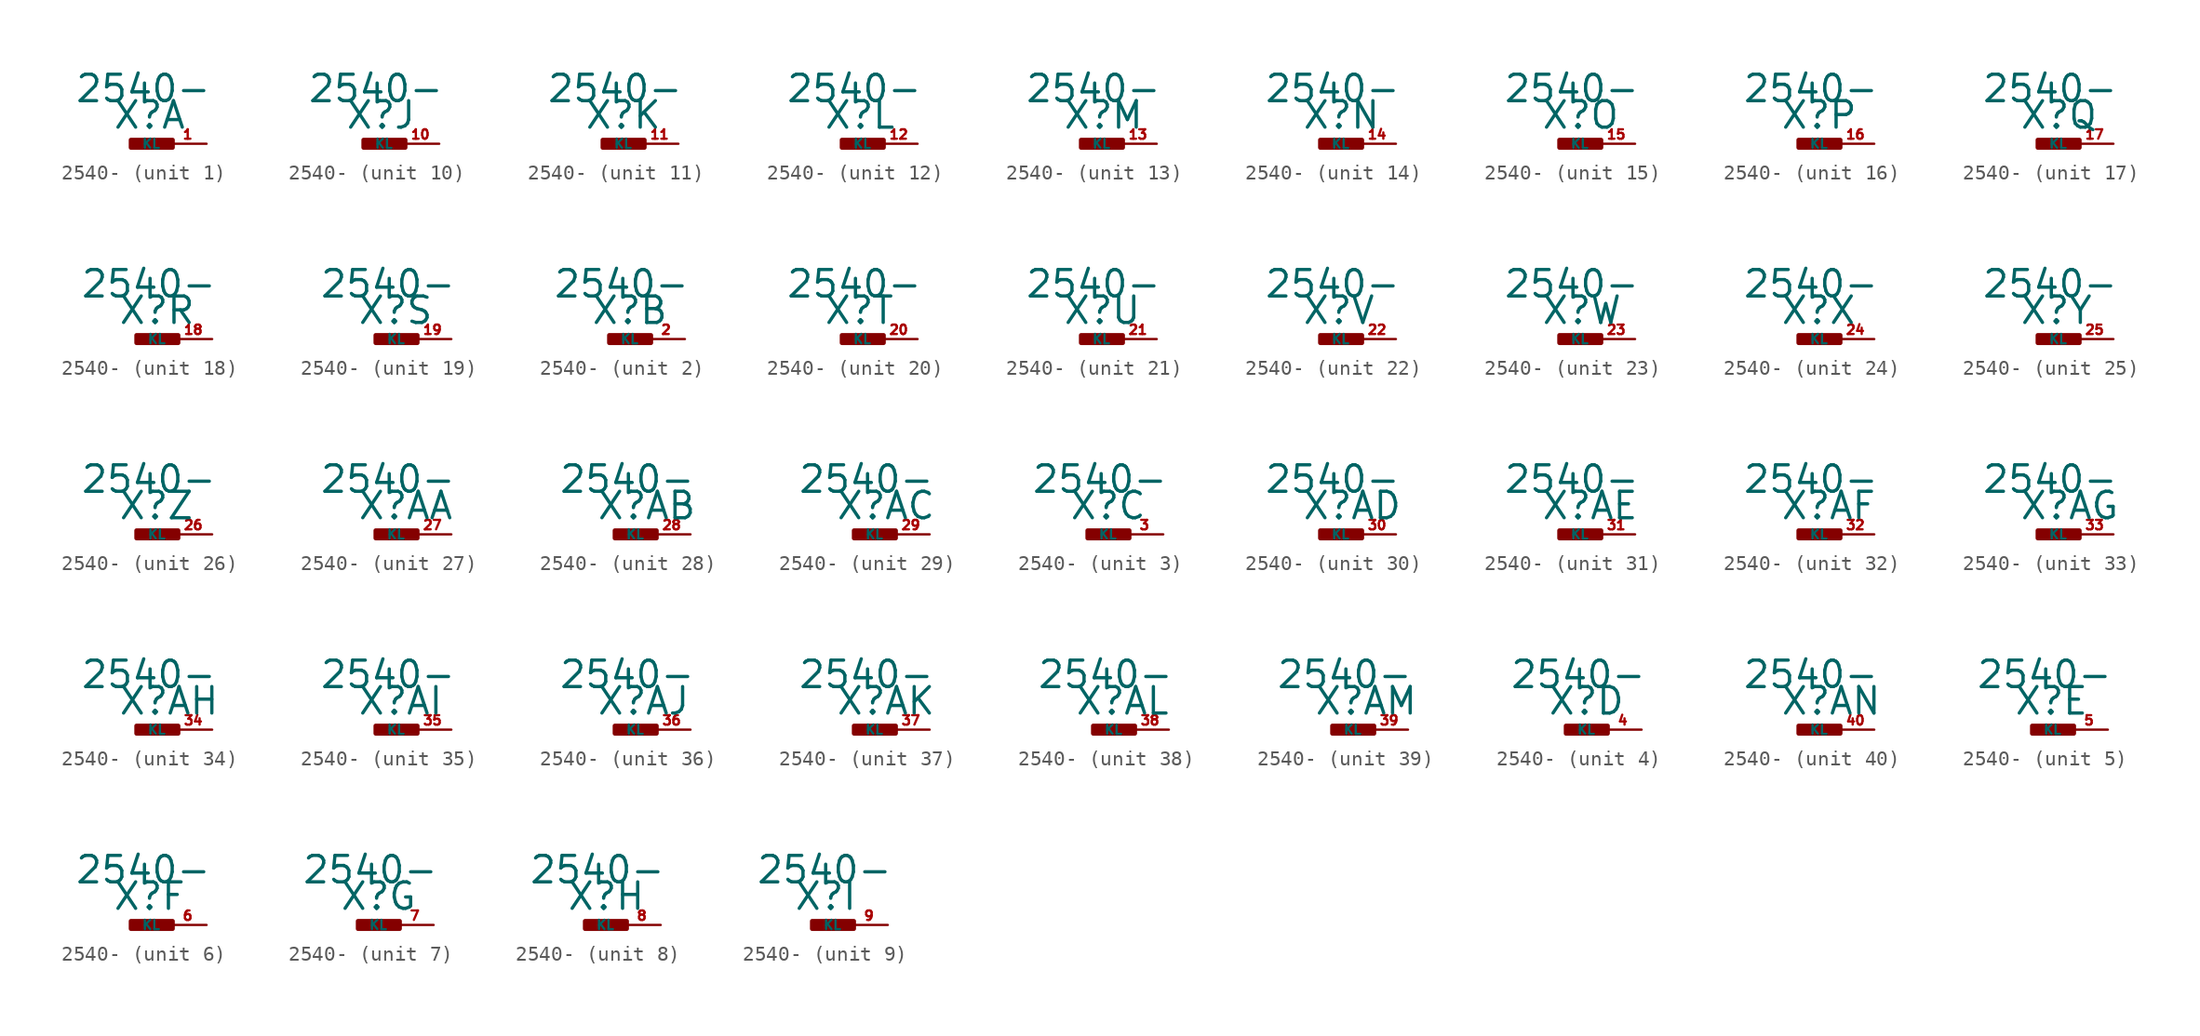
<source format=kicad_sym>
(kicad_symbol_lib
  (version 20220914)
  (generator Eagle2Kicad)
  (symbol "2540-"
    (property "Reference" "X"
      (at -1.27 0.889 0)
      (effects (font (size 1.778 1.778) (thickness 0.22)) (justify left bottom)))
    (property "Value" "2540-"
      (at -3.81 2.667 0)
      (effects (font (size 1.778 1.778) (thickness 0.22)) (justify left bottom)))
    (symbol "2540-_1_0"
      (rectangle (start 0 -0.254) (end 2.794 0.254) (stroke (width 0.3) (type default)) (fill (type outline)))
      (pin passive line (at 5.08 0 180) (length 2.54) (name "KL" (effects (font (size 0.635 0.635) (thickness 0.08)) (justify left bottom))) (number "1" (effects (font (size 0.635 0.635) (thickness 0.08)) (justify left bottom)))))
    (symbol "2540-_2_0"
      (rectangle (start 0 -0.254) (end 2.794 0.254) (stroke (width 0.3) (type default)) (fill (type outline)))
      (pin passive line (at 5.08 0 180) (length 2.54) (name "KL" (effects (font (size 0.635 0.635) (thickness 0.08)) (justify left bottom))) (number "2" (effects (font (size 0.635 0.635) (thickness 0.08)) (justify left bottom)))))
    (symbol "2540-_3_0"
      (rectangle (start 0 -0.254) (end 2.794 0.254) (stroke (width 0.3) (type default)) (fill (type outline)))
      (pin passive line (at 5.08 0 180) (length 2.54) (name "KL" (effects (font (size 0.635 0.635) (thickness 0.08)) (justify left bottom))) (number "3" (effects (font (size 0.635 0.635) (thickness 0.08)) (justify left bottom)))))
    (symbol "2540-_4_0"
      (rectangle (start 0 -0.254) (end 2.794 0.254) (stroke (width 0.3) (type default)) (fill (type outline)))
      (pin passive line (at 5.08 0 180) (length 2.54) (name "KL" (effects (font (size 0.635 0.635) (thickness 0.08)) (justify left bottom))) (number "4" (effects (font (size 0.635 0.635) (thickness 0.08)) (justify left bottom)))))
    (symbol "2540-_5_0"
      (rectangle (start 0 -0.254) (end 2.794 0.254) (stroke (width 0.3) (type default)) (fill (type outline)))
      (pin passive line (at 5.08 0 180) (length 2.54) (name "KL" (effects (font (size 0.635 0.635) (thickness 0.08)) (justify left bottom))) (number "5" (effects (font (size 0.635 0.635) (thickness 0.08)) (justify left bottom)))))
    (symbol "2540-_6_0"
      (rectangle (start 0 -0.254) (end 2.794 0.254) (stroke (width 0.3) (type default)) (fill (type outline)))
      (pin passive line (at 5.08 0 180) (length 2.54) (name "KL" (effects (font (size 0.635 0.635) (thickness 0.08)) (justify left bottom))) (number "6" (effects (font (size 0.635 0.635) (thickness 0.08)) (justify left bottom)))))
    (symbol "2540-_7_0"
      (rectangle (start 0 -0.254) (end 2.794 0.254) (stroke (width 0.3) (type default)) (fill (type outline)))
      (pin passive line (at 5.08 0 180) (length 2.54) (name "KL" (effects (font (size 0.635 0.635) (thickness 0.08)) (justify left bottom))) (number "7" (effects (font (size 0.635 0.635) (thickness 0.08)) (justify left bottom)))))
    (symbol "2540-_8_0"
      (rectangle (start 0 -0.254) (end 2.794 0.254) (stroke (width 0.3) (type default)) (fill (type outline)))
      (pin passive line (at 5.08 0 180) (length 2.54) (name "KL" (effects (font (size 0.635 0.635) (thickness 0.08)) (justify left bottom))) (number "8" (effects (font (size 0.635 0.635) (thickness 0.08)) (justify left bottom)))))
    (symbol "2540-_9_0"
      (rectangle (start 0 -0.254) (end 2.794 0.254) (stroke (width 0.3) (type default)) (fill (type outline)))
      (pin passive line (at 5.08 0 180) (length 2.54) (name "KL" (effects (font (size 0.635 0.635) (thickness 0.08)) (justify left bottom))) (number "9" (effects (font (size 0.635 0.635) (thickness 0.08)) (justify left bottom)))))
    (symbol "2540-_10_0"
      (rectangle (start 0 -0.254) (end 2.794 0.254) (stroke (width 0.3) (type default)) (fill (type outline)))
      (pin passive line (at 5.08 0 180) (length 2.54) (name "KL" (effects (font (size 0.635 0.635) (thickness 0.08)) (justify left bottom))) (number "10" (effects (font (size 0.635 0.635) (thickness 0.08)) (justify left bottom)))))
    (symbol "2540-_11_0"
      (rectangle (start 0 -0.254) (end 2.794 0.254) (stroke (width 0.3) (type default)) (fill (type outline)))
      (pin passive line (at 5.08 0 180) (length 2.54) (name "KL" (effects (font (size 0.635 0.635) (thickness 0.08)) (justify left bottom))) (number "11" (effects (font (size 0.635 0.635) (thickness 0.08)) (justify left bottom)))))
    (symbol "2540-_12_0"
      (rectangle (start 0 -0.254) (end 2.794 0.254) (stroke (width 0.3) (type default)) (fill (type outline)))
      (pin passive line (at 5.08 0 180) (length 2.54) (name "KL" (effects (font (size 0.635 0.635) (thickness 0.08)) (justify left bottom))) (number "12" (effects (font (size 0.635 0.635) (thickness 0.08)) (justify left bottom)))))
    (symbol "2540-_13_0"
      (rectangle (start 0 -0.254) (end 2.794 0.254) (stroke (width 0.3) (type default)) (fill (type outline)))
      (pin passive line (at 5.08 0 180) (length 2.54) (name "KL" (effects (font (size 0.635 0.635) (thickness 0.08)) (justify left bottom))) (number "13" (effects (font (size 0.635 0.635) (thickness 0.08)) (justify left bottom)))))
    (symbol "2540-_14_0"
      (rectangle (start 0 -0.254) (end 2.794 0.254) (stroke (width 0.3) (type default)) (fill (type outline)))
      (pin passive line (at 5.08 0 180) (length 2.54) (name "KL" (effects (font (size 0.635 0.635) (thickness 0.08)) (justify left bottom))) (number "14" (effects (font (size 0.635 0.635) (thickness 0.08)) (justify left bottom)))))
    (symbol "2540-_15_0"
      (rectangle (start 0 -0.254) (end 2.794 0.254) (stroke (width 0.3) (type default)) (fill (type outline)))
      (pin passive line (at 5.08 0 180) (length 2.54) (name "KL" (effects (font (size 0.635 0.635) (thickness 0.08)) (justify left bottom))) (number "15" (effects (font (size 0.635 0.635) (thickness 0.08)) (justify left bottom)))))
    (symbol "2540-_16_0"
      (rectangle (start 0 -0.254) (end 2.794 0.254) (stroke (width 0.3) (type default)) (fill (type outline)))
      (pin passive line (at 5.08 0 180) (length 2.54) (name "KL" (effects (font (size 0.635 0.635) (thickness 0.08)) (justify left bottom))) (number "16" (effects (font (size 0.635 0.635) (thickness 0.08)) (justify left bottom)))))
    (symbol "2540-_17_0"
      (rectangle (start 0 -0.254) (end 2.794 0.254) (stroke (width 0.3) (type default)) (fill (type outline)))
      (pin passive line (at 5.08 0 180) (length 2.54) (name "KL" (effects (font (size 0.635 0.635) (thickness 0.08)) (justify left bottom))) (number "17" (effects (font (size 0.635 0.635) (thickness 0.08)) (justify left bottom)))))
    (symbol "2540-_18_0"
      (rectangle (start 0 -0.254) (end 2.794 0.254) (stroke (width 0.3) (type default)) (fill (type outline)))
      (pin passive line (at 5.08 0 180) (length 2.54) (name "KL" (effects (font (size 0.635 0.635) (thickness 0.08)) (justify left bottom))) (number "18" (effects (font (size 0.635 0.635) (thickness 0.08)) (justify left bottom)))))
    (symbol "2540-_19_0"
      (rectangle (start 0 -0.254) (end 2.794 0.254) (stroke (width 0.3) (type default)) (fill (type outline)))
      (pin passive line (at 5.08 0 180) (length 2.54) (name "KL" (effects (font (size 0.635 0.635) (thickness 0.08)) (justify left bottom))) (number "19" (effects (font (size 0.635 0.635) (thickness 0.08)) (justify left bottom)))))
    (symbol "2540-_20_0"
      (rectangle (start 0 -0.254) (end 2.794 0.254) (stroke (width 0.3) (type default)) (fill (type outline)))
      (pin passive line (at 5.08 0 180) (length 2.54) (name "KL" (effects (font (size 0.635 0.635) (thickness 0.08)) (justify left bottom))) (number "20" (effects (font (size 0.635 0.635) (thickness 0.08)) (justify left bottom)))))
    (symbol "2540-_21_0"
      (rectangle (start 0 -0.254) (end 2.794 0.254) (stroke (width 0.3) (type default)) (fill (type outline)))
      (pin passive line (at 5.08 0 180) (length 2.54) (name "KL" (effects (font (size 0.635 0.635) (thickness 0.08)) (justify left bottom))) (number "21" (effects (font (size 0.635 0.635) (thickness 0.08)) (justify left bottom)))))
    (symbol "2540-_22_0"
      (rectangle (start 0 -0.254) (end 2.794 0.254) (stroke (width 0.3) (type default)) (fill (type outline)))
      (pin passive line (at 5.08 0 180) (length 2.54) (name "KL" (effects (font (size 0.635 0.635) (thickness 0.08)) (justify left bottom))) (number "22" (effects (font (size 0.635 0.635) (thickness 0.08)) (justify left bottom)))))
    (symbol "2540-_23_0"
      (rectangle (start 0 -0.254) (end 2.794 0.254) (stroke (width 0.3) (type default)) (fill (type outline)))
      (pin passive line (at 5.08 0 180) (length 2.54) (name "KL" (effects (font (size 0.635 0.635) (thickness 0.08)) (justify left bottom))) (number "23" (effects (font (size 0.635 0.635) (thickness 0.08)) (justify left bottom)))))
    (symbol "2540-_24_0"
      (rectangle (start 0 -0.254) (end 2.794 0.254) (stroke (width 0.3) (type default)) (fill (type outline)))
      (pin passive line (at 5.08 0 180) (length 2.54) (name "KL" (effects (font (size 0.635 0.635) (thickness 0.08)) (justify left bottom))) (number "24" (effects (font (size 0.635 0.635) (thickness 0.08)) (justify left bottom)))))
    (symbol "2540-_25_0"
      (rectangle (start 0 -0.254) (end 2.794 0.254) (stroke (width 0.3) (type default)) (fill (type outline)))
      (pin passive line (at 5.08 0 180) (length 2.54) (name "KL" (effects (font (size 0.635 0.635) (thickness 0.08)) (justify left bottom))) (number "25" (effects (font (size 0.635 0.635) (thickness 0.08)) (justify left bottom)))))
    (symbol "2540-_26_0"
      (rectangle (start 0 -0.254) (end 2.794 0.254) (stroke (width 0.3) (type default)) (fill (type outline)))
      (pin passive line (at 5.08 0 180) (length 2.54) (name "KL" (effects (font (size 0.635 0.635) (thickness 0.08)) (justify left bottom))) (number "26" (effects (font (size 0.635 0.635) (thickness 0.08)) (justify left bottom)))))
    (symbol "2540-_27_0"
      (rectangle (start 0 -0.254) (end 2.794 0.254) (stroke (width 0.3) (type default)) (fill (type outline)))
      (pin passive line (at 5.08 0 180) (length 2.54) (name "KL" (effects (font (size 0.635 0.635) (thickness 0.08)) (justify left bottom))) (number "27" (effects (font (size 0.635 0.635) (thickness 0.08)) (justify left bottom)))))
    (symbol "2540-_28_0"
      (rectangle (start 0 -0.254) (end 2.794 0.254) (stroke (width 0.3) (type default)) (fill (type outline)))
      (pin passive line (at 5.08 0 180) (length 2.54) (name "KL" (effects (font (size 0.635 0.635) (thickness 0.08)) (justify left bottom))) (number "28" (effects (font (size 0.635 0.635) (thickness 0.08)) (justify left bottom)))))
    (symbol "2540-_29_0"
      (rectangle (start 0 -0.254) (end 2.794 0.254) (stroke (width 0.3) (type default)) (fill (type outline)))
      (pin passive line (at 5.08 0 180) (length 2.54) (name "KL" (effects (font (size 0.635 0.635) (thickness 0.08)) (justify left bottom))) (number "29" (effects (font (size 0.635 0.635) (thickness 0.08)) (justify left bottom)))))
    (symbol "2540-_30_0"
      (rectangle (start 0 -0.254) (end 2.794 0.254) (stroke (width 0.3) (type default)) (fill (type outline)))
      (pin passive line (at 5.08 0 180) (length 2.54) (name "KL" (effects (font (size 0.635 0.635) (thickness 0.08)) (justify left bottom))) (number "30" (effects (font (size 0.635 0.635) (thickness 0.08)) (justify left bottom)))))
    (symbol "2540-_31_0"
      (rectangle (start 0 -0.254) (end 2.794 0.254) (stroke (width 0.3) (type default)) (fill (type outline)))
      (pin passive line (at 5.08 0 180) (length 2.54) (name "KL" (effects (font (size 0.635 0.635) (thickness 0.08)) (justify left bottom))) (number "31" (effects (font (size 0.635 0.635) (thickness 0.08)) (justify left bottom)))))
    (symbol "2540-_32_0"
      (rectangle (start 0 -0.254) (end 2.794 0.254) (stroke (width 0.3) (type default)) (fill (type outline)))
      (pin passive line (at 5.08 0 180) (length 2.54) (name "KL" (effects (font (size 0.635 0.635) (thickness 0.08)) (justify left bottom))) (number "32" (effects (font (size 0.635 0.635) (thickness 0.08)) (justify left bottom)))))
    (symbol "2540-_33_0"
      (rectangle (start 0 -0.254) (end 2.794 0.254) (stroke (width 0.3) (type default)) (fill (type outline)))
      (pin passive line (at 5.08 0 180) (length 2.54) (name "KL" (effects (font (size 0.635 0.635) (thickness 0.08)) (justify left bottom))) (number "33" (effects (font (size 0.635 0.635) (thickness 0.08)) (justify left bottom)))))
    (symbol "2540-_34_0"
      (rectangle (start 0 -0.254) (end 2.794 0.254) (stroke (width 0.3) (type default)) (fill (type outline)))
      (pin passive line (at 5.08 0 180) (length 2.54) (name "KL" (effects (font (size 0.635 0.635) (thickness 0.08)) (justify left bottom))) (number "34" (effects (font (size 0.635 0.635) (thickness 0.08)) (justify left bottom)))))
    (symbol "2540-_35_0"
      (rectangle (start 0 -0.254) (end 2.794 0.254) (stroke (width 0.3) (type default)) (fill (type outline)))
      (pin passive line (at 5.08 0 180) (length 2.54) (name "KL" (effects (font (size 0.635 0.635) (thickness 0.08)) (justify left bottom))) (number "35" (effects (font (size 0.635 0.635) (thickness 0.08)) (justify left bottom)))))
    (symbol "2540-_36_0"
      (rectangle (start 0 -0.254) (end 2.794 0.254) (stroke (width 0.3) (type default)) (fill (type outline)))
      (pin passive line (at 5.08 0 180) (length 2.54) (name "KL" (effects (font (size 0.635 0.635) (thickness 0.08)) (justify left bottom))) (number "36" (effects (font (size 0.635 0.635) (thickness 0.08)) (justify left bottom)))))
    (symbol "2540-_37_0"
      (rectangle (start 0 -0.254) (end 2.794 0.254) (stroke (width 0.3) (type default)) (fill (type outline)))
      (pin passive line (at 5.08 0 180) (length 2.54) (name "KL" (effects (font (size 0.635 0.635) (thickness 0.08)) (justify left bottom))) (number "37" (effects (font (size 0.635 0.635) (thickness 0.08)) (justify left bottom)))))
    (symbol "2540-_38_0"
      (rectangle (start 0 -0.254) (end 2.794 0.254) (stroke (width 0.3) (type default)) (fill (type outline)))
      (pin passive line (at 5.08 0 180) (length 2.54) (name "KL" (effects (font (size 0.635 0.635) (thickness 0.08)) (justify left bottom))) (number "38" (effects (font (size 0.635 0.635) (thickness 0.08)) (justify left bottom)))))
    (symbol "2540-_39_0"
      (rectangle (start 0 -0.254) (end 2.794 0.254) (stroke (width 0.3) (type default)) (fill (type outline)))
      (pin passive line (at 5.08 0 180) (length 2.54) (name "KL" (effects (font (size 0.635 0.635) (thickness 0.08)) (justify left bottom))) (number "39" (effects (font (size 0.635 0.635) (thickness 0.08)) (justify left bottom)))))
    (symbol "2540-_40_0"
      (rectangle (start 0 -0.254) (end 2.794 0.254) (stroke (width 0.3) (type default)) (fill (type outline)))
      (pin passive line (at 5.08 0 180) (length 2.54) (name "KL" (effects (font (size 0.635 0.635) (thickness 0.08)) (justify left bottom))) (number "40" (effects (font (size 0.635 0.635) (thickness 0.08)) (justify left bottom)))))))
</source>
